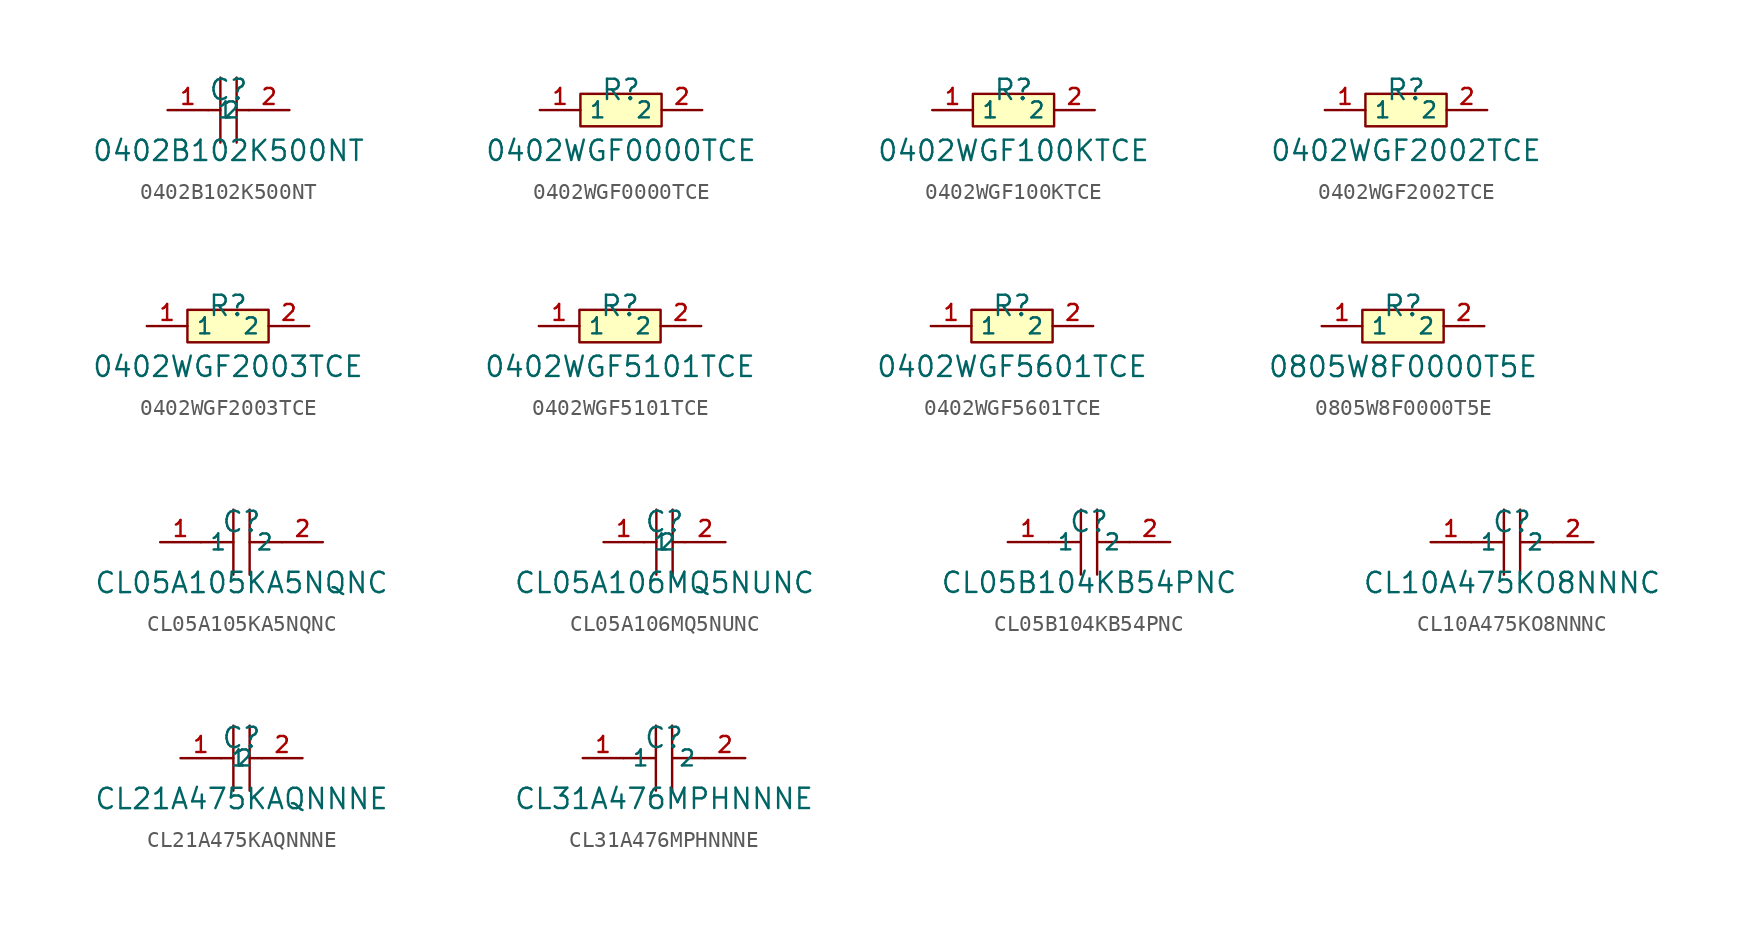
<source format=kicad_sym>
(kicad_symbol_lib
  (version 20241209)
  (generator "kicad_symbol_editor")
  (generator_version "9.0")
  (symbol "0402B102K500NT"
    (property "Reference" "C"
      (at 0 1.27 0)
      (effects (font (size 1.27 1.27))))
    (property "Value" "0402B102K500NT"
      (at 0 -2.54 0)
      (effects (font (size 1.27 1.27))))
    (symbol "0402B102K500NT_0_1"
      (polyline (pts (xy -0.508 2.032) (xy -0.508 -2.032)) (stroke (width 0) (type default) (color 0 0 0 0)) (fill (type none)))
      (polyline (pts (xy 0.508 2.032) (xy 0.508 -2.032)) (stroke (width 0) (type default) (color 0 0 0 0)) (fill (type none)))
      (pin input line (at -3.81 -0.0 0) (length 2.54) (name "1" (effects (font (size 1 1)))) (number "1" (effects (font (size 1 1)))))
      (pin input line (at 3.81 -0.0 180) (length 2.54) (name "2" (effects (font (size 1 1)))) (number "2" (effects (font (size 1 1)))))
      (polyline (pts (xy -1.27 -0.0) (xy -0.508 -0.0)) (stroke (width 0) (type default) (color 0 0 0 0)) (fill (type none)))
      (polyline (pts (xy 0.508 -0.0) (xy 1.27 -0.0)) (stroke (width 0) (type default) (color 0 0 0 0)) (fill (type none)))))
  (symbol "0402WGF0000TCE"
    (property "Reference" "R"
      (at 0 1.27 0)
      (effects (font (size 1.27 1.27))))
    (property "Value" "0402WGF0000TCE"
      (at 0 -2.54 0)
      (effects (font (size 1.27 1.27))))
    (symbol "0402WGF0000TCE_0_1"
      (rectangle (start -2.54 1.016) (end 2.54 -1.016) (stroke (width 0) (type default)) (fill (type background)))
      (pin input line (at -5.08 0 0) (length 2.54) (name "1" (effects (font (size 1 1)))) (number "1" (effects (font (size 1 1)))))
      (pin input line (at 5.08 0 180) (length 2.54) (name "2" (effects (font (size 1 1)))) (number "2" (effects (font (size 1 1)))))))
  (symbol "0402WGF100KTCE"
    (property "Reference" "R"
      (at 0 1.27 0)
      (effects (font (size 1.27 1.27))))
    (property "Value" "0402WGF100KTCE"
      (at 0 -2.54 0)
      (effects (font (size 1.27 1.27))))
    (symbol "0402WGF100KTCE_0_1"
      (rectangle (start -2.54 1.016) (end 2.54 -1.016) (stroke (width 0) (type default)) (fill (type background)))
      (pin input line (at -5.08 0 0) (length 2.54) (name "1" (effects (font (size 1 1)))) (number "1" (effects (font (size 1 1)))))
      (pin input line (at 5.08 0 180) (length 2.54) (name "2" (effects (font (size 1 1)))) (number "2" (effects (font (size 1 1)))))))
  (symbol "0402WGF2002TCE"
    (property "Reference" "R"
      (at 0 1.27 0)
      (effects (font (size 1.27 1.27))))
    (property "Value" "0402WGF2002TCE"
      (at 0 -2.54 0)
      (effects (font (size 1.27 1.27))))
    (symbol "0402WGF2002TCE_0_1"
      (pin input line (at 5.08 -0.0 180) (length 2.54) (name "2" (effects (font (size 1 1)))) (number "2" (effects (font (size 1 1)))))
      (pin input line (at -5.08 -0.0 0) (length 2.54) (name "1" (effects (font (size 1 1)))) (number "1" (effects (font (size 1 1)))))
      (rectangle (start -2.54 1.016) (end 2.54 -1.016) (stroke (width 0) (type default) (color 0 0 0 0)) (fill (type background)))))
  (symbol "0402WGF2003TCE"
    (property "Reference" "R"
      (at 0 1.27 0)
      (effects (font (size 1.27 1.27))))
    (property "Value" "0402WGF2003TCE"
      (at 0 -2.54 0)
      (effects (font (size 1.27 1.27))))
    (symbol "0402WGF2003TCE_0_1"
      (pin input line (at 5.08 -0.0 180) (length 2.54) (name "2" (effects (font (size 1 1)))) (number "2" (effects (font (size 1 1)))))
      (pin input line (at -5.08 -0.0 0) (length 2.54) (name "1" (effects (font (size 1 1)))) (number "1" (effects (font (size 1 1)))))
      (rectangle (start -2.54 1.016) (end 2.54 -1.016) (stroke (width 0) (type default) (color 0 0 0 0)) (fill (type background)))))
  (symbol "0402WGF5101TCE"
    (property "Reference" "R"
      (at 0 1.27 0)
      (effects (font (size 1.27 1.27))))
    (property "Value" "0402WGF5101TCE"
      (at 0 -2.54 0)
      (effects (font (size 1.27 1.27))))
    (symbol "0402WGF5101TCE_0_1"
      (pin input line (at 5.08 -0.0 180) (length 2.54) (name "2" (effects (font (size 1 1)))) (number "2" (effects (font (size 1 1)))))
      (pin input line (at -5.08 -0.0 0) (length 2.54) (name "1" (effects (font (size 1 1)))) (number "1" (effects (font (size 1 1)))))
      (rectangle (start -2.54 1.016) (end 2.54 -1.016) (stroke (width 0) (type default) (color 0 0 0 0)) (fill (type background)))))
  (symbol "0402WGF5601TCE"
    (property "Reference" "R"
      (at 0 1.27 0)
      (effects (font (size 1.27 1.27))))
    (property "Value" "0402WGF5601TCE"
      (at 0 -2.54 0)
      (effects (font (size 1.27 1.27))))
    (symbol "0402WGF5601TCE_0_1"
      (pin input line (at 5.08 -0.0 180) (length 2.54) (name "2" (effects (font (size 1 1)))) (number "2" (effects (font (size 1 1)))))
      (pin input line (at -5.08 -0.0 0) (length 2.54) (name "1" (effects (font (size 1 1)))) (number "1" (effects (font (size 1 1)))))
      (rectangle (start -2.54 1.016) (end 2.54 -1.016) (stroke (width 0) (type default) (color 0 0 0 0)) (fill (type background)))))
  (symbol "0805W8F0000T5E"
    (property "Reference" "R"
      (at 0 1.27 0)
      (effects (font (size 1.27 1.27))))
    (property "Value" "0805W8F0000T5E"
      (at 0 -2.54 0)
      (effects (font (size 1.27 1.27))))
    (symbol "0805W8F0000T5E_0_1"
      (pin input line (at 5.08 -0.0 180) (length 2.54) (name "2" (effects (font (size 1 1)))) (number "2" (effects (font (size 1 1)))))
      (pin input line (at -5.08 -0.0 0) (length 2.54) (name "1" (effects (font (size 1 1)))) (number "1" (effects (font (size 1 1)))))
      (rectangle (start -2.54 1.016) (end 2.54 -1.016) (stroke (width 0) (type default) (color 0 0 0 0)) (fill (type background)))))
  (symbol "CL05A105KA5NQNC"
    (property "Reference" "C"
      (at 0 1.27 0)
      (effects (font (size 1.27 1.27))))
    (property "Value" "CL05A105KA5NQNC"
      (at 0 -2.54 0)
      (effects (font (size 1.27 1.27))))
    (symbol "CL05A105KA5NQNC_0_1"
      (polyline (pts (xy -0.508 0) (xy -2.54 0)) (stroke (width 0) (type default)) (fill (type none)))
      (polyline (pts (xy -0.508 -2.032) (xy -0.508 2.032)) (stroke (width 0) (type default)) (fill (type none)))
      (polyline (pts (xy 0.508 2.032) (xy 0.508 -2.032)) (stroke (width 0) (type default)) (fill (type none)))
      (polyline (pts (xy 2.54 0) (xy 0.508 0)) (stroke (width 0) (type default)) (fill (type none)))
      (pin unspecified line (at -5.08 0 0) (length 2.54) (name "1" (effects (font (size 1 1)))) (number "1" (effects (font (size 1 1)))))
      (pin unspecified line (at 5.08 0 180) (length 2.54) (name "2" (effects (font (size 1 1)))) (number "2" (effects (font (size 1 1)))))))
  (symbol "CL05A106MQ5NUNC"
    (property "Reference" "C"
      (at 0 1.27 0)
      (effects (font (size 1.27 1.27))))
    (property "Value" "CL05A106MQ5NUNC"
      (at 0 -2.54 0)
      (effects (font (size 1.27 1.27))))
    (symbol "CL05A106MQ5NUNC_0_1"
      (polyline (pts (xy -0.508 2.032) (xy -0.508 -2.032)) (stroke (width 0) (type default) (color 0 0 0 0)) (fill (type none)))
      (polyline (pts (xy 0.508 2.032) (xy 0.508 -2.032)) (stroke (width 0) (type default) (color 0 0 0 0)) (fill (type none)))
      (pin input line (at -3.81 -0.0 0) (length 2.54) (name "1" (effects (font (size 1 1)))) (number "1" (effects (font (size 1 1)))))
      (pin input line (at 3.81 -0.0 180) (length 2.54) (name "2" (effects (font (size 1 1)))) (number "2" (effects (font (size 1 1)))))
      (polyline (pts (xy -1.27 -0.0) (xy -0.508 -0.0)) (stroke (width 0) (type default) (color 0 0 0 0)) (fill (type none)))
      (polyline (pts (xy 0.508 -0.0) (xy 1.27 -0.0)) (stroke (width 0) (type default) (color 0 0 0 0)) (fill (type none)))))
  (symbol "CL05B104KB54PNC"
    (property "Reference" "C"
      (at 0 1.27 0)
      (effects (font (size 1.27 1.27))))
    (property "Value" "CL05B104KB54PNC"
      (at 0 -2.54 0)
      (effects (font (size 1.27 1.27))))
    (symbol "CL05B104KB54PNC_0_1"
      (polyline (pts (xy -0.508 2.032) (xy -0.508 -2.032)) (stroke (width 0) (type default)) (fill (type none)))
      (polyline (pts (xy -0.508 0) (xy -2.54 0)) (stroke (width 0) (type default)) (fill (type none)))
      (polyline (pts (xy 0.508 -2.032) (xy 0.508 2.032)) (stroke (width 0) (type default)) (fill (type none)))
      (polyline (pts (xy 2.54 0) (xy 0.508 0)) (stroke (width 0) (type default)) (fill (type none)))
      (pin unspecified line (at -5.08 0 0) (length 2.54) (name "1" (effects (font (size 1 1)))) (number "1" (effects (font (size 1 1)))))
      (pin unspecified line (at 5.08 0 180) (length 2.54) (name "2" (effects (font (size 1 1)))) (number "2" (effects (font (size 1 1)))))))
  (symbol "CL10A475KO8NNNC"
    (property "Reference" "C"
      (at 0 1.27 0)
      (effects (font (size 1.27 1.27))))
    (property "Value" "CL10A475KO8NNNC"
      (at 0 -2.54 0)
      (effects (font (size 1.27 1.27))))
    (symbol "CL10A475KO8NNNC_0_1"
      (polyline (pts (xy -0.508 -2.032) (xy -0.508 2.032)) (stroke (width 0) (type default) (color 0 0 0 0)) (fill (type none)))
      (pin unspecified line (at -5.08 -0.0 0) (length 2.54) (name "1" (effects (font (size 1 1)))) (number "1" (effects (font (size 1 1)))))
      (polyline (pts (xy 2.54 -0.0) (xy 0.508 -0.0)) (stroke (width 0) (type default) (color 0 0 0 0)) (fill (type none)))
      (polyline (pts (xy 0.508 2.032) (xy 0.508 -2.032)) (stroke (width 0) (type default) (color 0 0 0 0)) (fill (type none)))
      (pin unspecified line (at 5.08 -0.0 180) (length 2.54) (name "2" (effects (font (size 1 1)))) (number "2" (effects (font (size 1 1)))))
      (polyline (pts (xy -0.508 -0.0) (xy -2.54 -0.0)) (stroke (width 0) (type default) (color 0 0 0 0)) (fill (type none)))))
  (symbol "CL21A475KAQNNNE"
    (property "Reference" "C"
      (at 0 1.27 0)
      (effects (font (size 1.27 1.27))))
    (property "Value" "CL21A475KAQNNNE"
      (at 0 -2.54 0)
      (effects (font (size 1.27 1.27))))
    (symbol "CL21A475KAQNNNE_0_1"
      (polyline (pts (xy -0.508 2.032) (xy -0.508 -2.032)) (stroke (width 0) (type default) (color 0 0 0 0)) (fill (type none)))
      (polyline (pts (xy 0.508 2.032) (xy 0.508 -2.032)) (stroke (width 0) (type default) (color 0 0 0 0)) (fill (type none)))
      (pin input line (at -3.81 -0.0 0) (length 2.54) (name "1" (effects (font (size 1 1)))) (number "1" (effects (font (size 1 1)))))
      (pin input line (at 3.81 -0.0 180) (length 2.54) (name "2" (effects (font (size 1 1)))) (number "2" (effects (font (size 1 1)))))
      (polyline (pts (xy -1.27 -0.0) (xy -0.508 -0.0)) (stroke (width 0) (type default) (color 0 0 0 0)) (fill (type none)))
      (polyline (pts (xy 0.508 -0.0) (xy 1.27 -0.0)) (stroke (width 0) (type default) (color 0 0 0 0)) (fill (type none)))))
  (symbol "CL31A476MPHNNNE"
    (property "Reference" "C"
      (at 0 1.27 0)
      (effects (font (size 1.27 1.27))))
    (property "Value" "CL31A476MPHNNNE"
      (at 0 -2.54 0)
      (effects (font (size 1.27 1.27))))
    (symbol "CL31A476MPHNNNE_0_1"
      (polyline (pts (xy -0.508 0) (xy -2.54 0)) (stroke (width 0) (type default)) (fill (type none)))
      (polyline (pts (xy -0.508 -2.032) (xy -0.508 2.032)) (stroke (width 0) (type default)) (fill (type none)))
      (polyline (pts (xy 0.508 2.032) (xy 0.508 -2.032)) (stroke (width 0) (type default)) (fill (type none)))
      (polyline (pts (xy 2.54 0) (xy 0.508 0)) (stroke (width 0) (type default)) (fill (type none)))
      (pin unspecified line (at -5.08 0 0) (length 2.54) (name "1" (effects (font (size 1 1)))) (number "1" (effects (font (size 1 1)))))
      (pin unspecified line (at 5.08 0 180) (length 2.54) (name "2" (effects (font (size 1 1)))) (number "2" (effects (font (size 1 1))))))))
</source>
